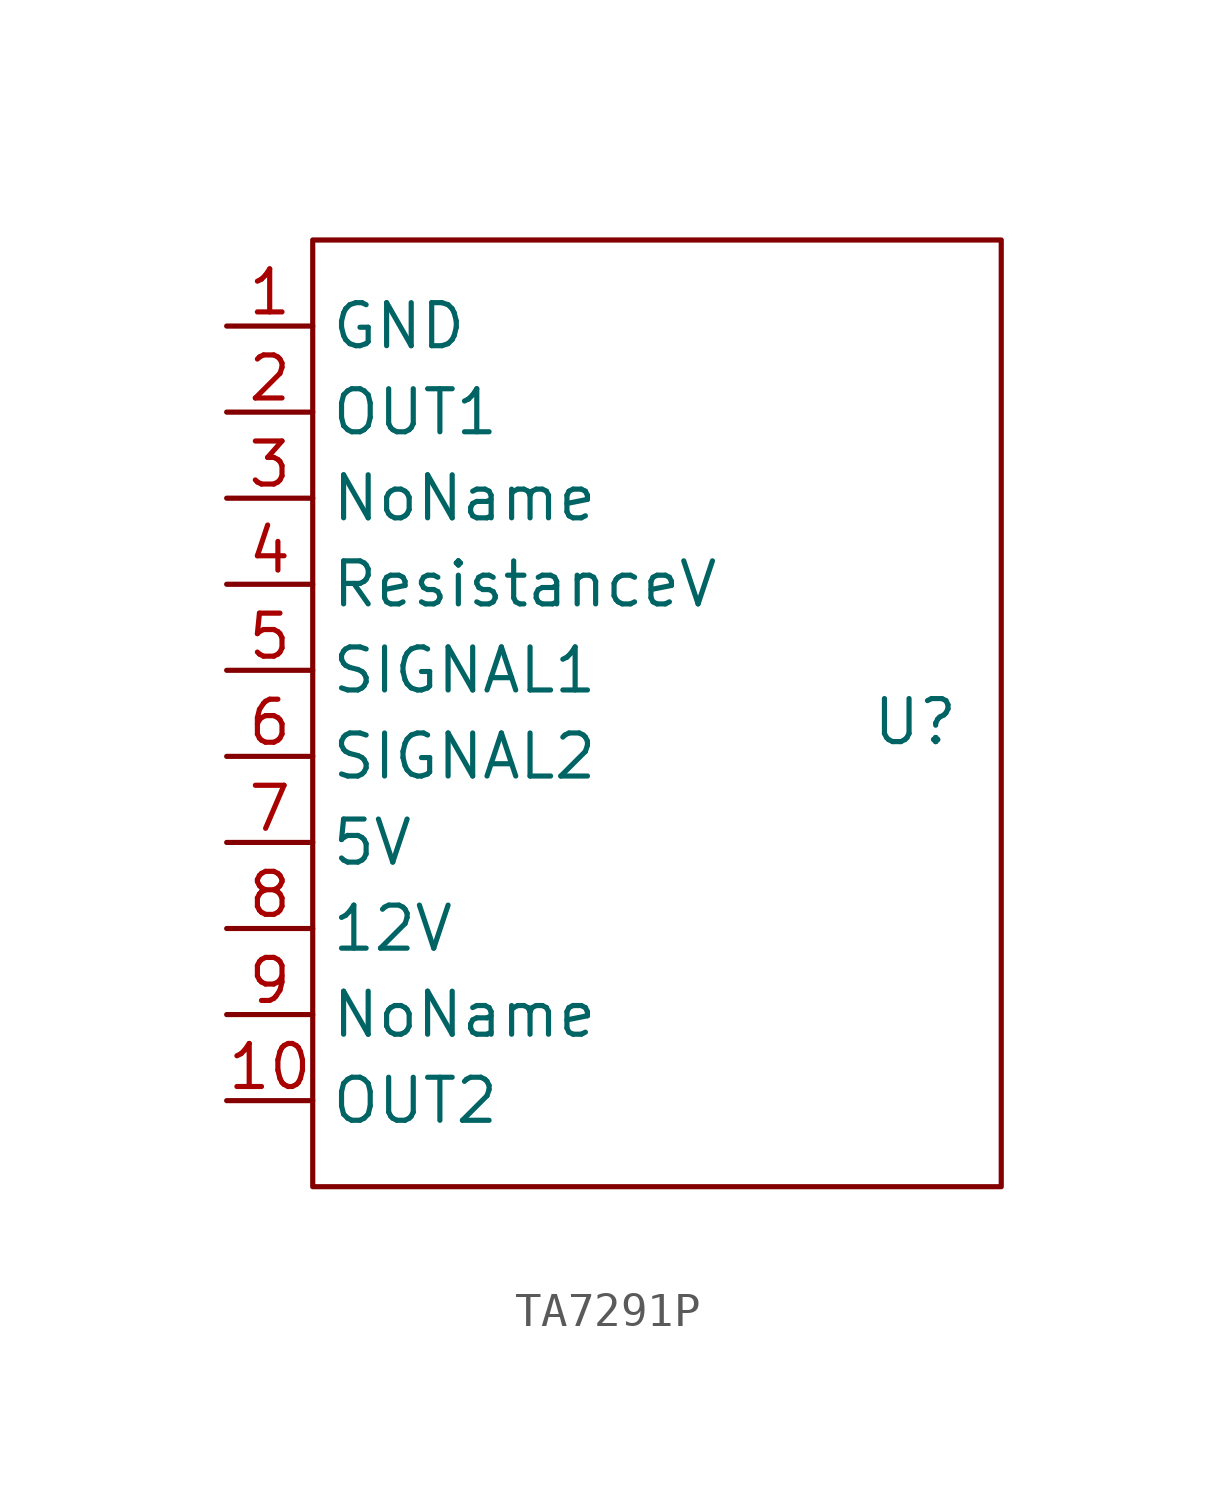
<source format=kicad_sym>
(kicad_symbol_lib
  (version 20231120)
  (generator "kicad_symbol_editor")
  (generator_version "8.0")
  (symbol "TA7291P"
    (property "Reference" "U"
      (at 20.32 -14.224 0)
      (effects (font (size 1.27 1.27))))
    (property "Value" ""
      (at 0 0 0)
      (effects (font (size 1.27 1.27))))
    (symbol "TA7291P_0_1"
      (rectangle (start 2.54 0) (end 22.86 -27.94) (stroke (width 0) (type default)) (fill (type none))))
    (symbol "TA7291P_1_1"
      (pin input line (at 0 -2.54 0) (length 2.54) (name "GND" (effects (font (size 1.27 1.27)))) (number "1" (effects (font (size 1.27 1.27)))))
      (pin output line (at 0 -25.4 0) (length 2.54) (name "OUT2" (effects (font (size 1.27 1.27)))) (number "10" (effects (font (size 1.27 1.27)))))
      (pin output line (at 0 -5.08 0) (length 2.54) (name "OUT1" (effects (font (size 1.27 1.27)))) (number "2" (effects (font (size 1.27 1.27)))))
      (pin input line (at 0 -7.62 0) (length 2.54) (name "NoName" (effects (font (size 1.27 1.27)))) (number "3" (effects (font (size 1.27 1.27)))))
      (pin input line (at 0 -10.16 0) (length 2.54) (name "ResistanceV" (effects (font (size 1.27 1.27)))) (number "4" (effects (font (size 1.27 1.27)))))
      (pin input line (at 0 -12.7 0) (length 2.54) (name "SIGNAL1" (effects (font (size 1.27 1.27)))) (number "5" (effects (font (size 1.27 1.27)))))
      (pin input line (at 0 -15.24 0) (length 2.54) (name "SIGNAL2" (effects (font (size 1.27 1.27)))) (number "6" (effects (font (size 1.27 1.27)))))
      (pin input line (at 0 -17.78 0) (length 2.54) (name "5V" (effects (font (size 1.27 1.27)))) (number "7" (effects (font (size 1.27 1.27)))))
      (pin input line (at 0 -20.32 0) (length 2.54) (name "12V" (effects (font (size 1.27 1.27)))) (number "8" (effects (font (size 1.27 1.27)))))
      (pin input line (at 0 -22.86 0) (length 2.54) (name "NoName" (effects (font (size 1.27 1.27)))) (number "9" (effects (font (size 1.27 1.27))))))))
</source>
